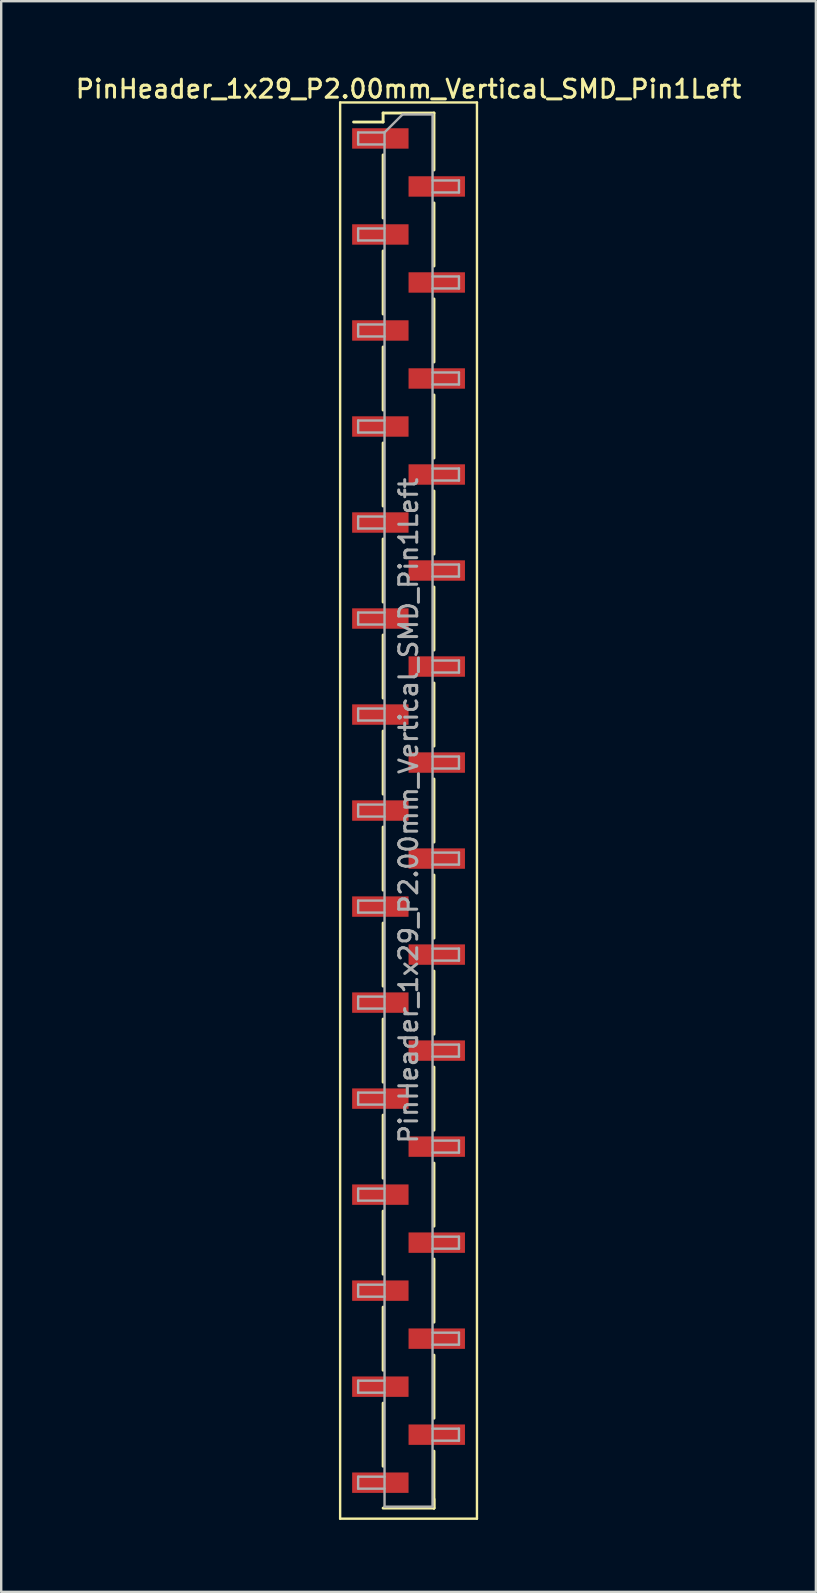
<source format=kicad_pcb>
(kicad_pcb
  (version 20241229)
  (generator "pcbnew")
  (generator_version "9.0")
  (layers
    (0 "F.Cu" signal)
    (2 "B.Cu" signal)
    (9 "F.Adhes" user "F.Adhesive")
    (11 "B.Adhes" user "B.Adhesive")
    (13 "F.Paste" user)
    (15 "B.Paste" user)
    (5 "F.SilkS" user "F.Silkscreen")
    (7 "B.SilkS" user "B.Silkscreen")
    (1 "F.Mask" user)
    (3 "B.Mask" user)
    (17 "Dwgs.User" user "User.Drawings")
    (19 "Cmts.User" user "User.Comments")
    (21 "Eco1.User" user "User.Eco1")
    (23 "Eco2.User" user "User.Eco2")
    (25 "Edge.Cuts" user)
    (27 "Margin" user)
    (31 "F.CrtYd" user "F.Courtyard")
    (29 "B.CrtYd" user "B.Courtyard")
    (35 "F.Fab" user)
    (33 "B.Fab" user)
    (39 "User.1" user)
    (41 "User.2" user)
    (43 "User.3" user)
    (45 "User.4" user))
  (footprint "PinHeader_1x29_P2.00mm_Vertical_SMD_Pin1Left"
    (layer "F.Cu")
    (at 13.97 30.718)
    (property "Reference" "PinHeader_1x29_P2.00mm_Vertical_SMD_Pin1Left" (at 0 -30.06 0) (layer "F.SilkS") (effects (font (size 0.75 0.75) (thickness 0.125))))
    (attr smd)
    (fp_line (start -2.85 -29.5) (end -2.85 29.5) (stroke (width 0.1) (type solid)) (layer "F.SilkS"))
    (fp_line (start -2.85 29.5) (end 2.85 29.5) (stroke (width 0.1) (type solid)) (layer "F.SilkS"))
    (fp_line (start -1.06 -29.06) (end -1.06 -28.685) (stroke (width 0.12) (type solid)) (layer "F.SilkS"))
    (fp_line (start -1.06 -29.06) (end 1.06 -29.06) (stroke (width 0.12) (type solid)) (layer "F.SilkS"))
    (fp_line (start -1.06 -28.685) (end -2.29 -28.685) (stroke (width 0.12) (type solid)) (layer "F.SilkS"))
    (fp_line (start -1.06 -27.315) (end -1.06 -24.685) (stroke (width 0.12) (type solid)) (layer "F.SilkS"))
    (fp_line (start -1.06 -23.315) (end -1.06 -20.685) (stroke (width 0.12) (type solid)) (layer "F.SilkS"))
    (fp_line (start -1.06 -19.315) (end -1.06 -16.685) (stroke (width 0.12) (type solid)) (layer "F.SilkS"))
    (fp_line (start -1.06 -15.315) (end -1.06 -12.685) (stroke (width 0.12) (type solid)) (layer "F.SilkS"))
    (fp_line (start -1.06 -11.315) (end -1.06 -8.685) (stroke (width 0.12) (type solid)) (layer "F.SilkS"))
    (fp_line (start -1.06 -7.315) (end -1.06 -4.685) (stroke (width 0.12) (type solid)) (layer "F.SilkS"))
    (fp_line (start -1.06 -3.315) (end -1.06 -0.685) (stroke (width 0.12) (type solid)) (layer "F.SilkS"))
    (fp_line (start -1.06 0.685) (end -1.06 3.315) (stroke (width 0.12) (type solid)) (layer "F.SilkS"))
    (fp_line (start -1.06 4.685) (end -1.06 7.315) (stroke (width 0.12) (type solid)) (layer "F.SilkS"))
    (fp_line (start -1.06 8.685) (end -1.06 11.315) (stroke (width 0.12) (type solid)) (layer "F.SilkS"))
    (fp_line (start -1.06 12.685) (end -1.06 15.315) (stroke (width 0.12) (type solid)) (layer "F.SilkS"))
    (fp_line (start -1.06 16.685) (end -1.06 19.315) (stroke (width 0.12) (type solid)) (layer "F.SilkS"))
    (fp_line (start -1.06 20.685) (end -1.06 23.315) (stroke (width 0.12) (type solid)) (layer "F.SilkS"))
    (fp_line (start -1.06 24.685) (end -1.06 27.315) (stroke (width 0.12) (type solid)) (layer "F.SilkS"))
    (fp_line (start -1.06 29.06) (end 1.06 29.06) (stroke (width 0.12) (type solid)) (layer "F.SilkS"))
    (fp_line (start 1.06 -29.06) (end 1.06 -26.685) (stroke (width 0.12) (type solid)) (layer "F.SilkS"))
    (fp_line (start 1.06 -25.315) (end 1.06 -22.685) (stroke (width 0.12) (type solid)) (layer "F.SilkS"))
    (fp_line (start 1.06 -21.315) (end 1.06 -18.685) (stroke (width 0.12) (type solid)) (layer "F.SilkS"))
    (fp_line (start 1.06 -17.315) (end 1.06 -14.685) (stroke (width 0.12) (type solid)) (layer "F.SilkS"))
    (fp_line (start 1.06 -13.315) (end 1.06 -10.685) (stroke (width 0.12) (type solid)) (layer "F.SilkS"))
    (fp_line (start 1.06 -9.315) (end 1.06 -6.685) (stroke (width 0.12) (type solid)) (layer "F.SilkS"))
    (fp_line (start 1.06 -5.315) (end 1.06 -2.685) (stroke (width 0.12) (type solid)) (layer "F.SilkS"))
    (fp_line (start 1.06 -1.315) (end 1.06 1.315) (stroke (width 0.12) (type solid)) (layer "F.SilkS"))
    (fp_line (start 1.06 2.685) (end 1.06 5.315) (stroke (width 0.12) (type solid)) (layer "F.SilkS"))
    (fp_line (start 1.06 6.685) (end 1.06 9.315) (stroke (width 0.12) (type solid)) (layer "F.SilkS"))
    (fp_line (start 1.06 10.685) (end 1.06 13.315) (stroke (width 0.12) (type solid)) (layer "F.SilkS"))
    (fp_line (start 1.06 14.685) (end 1.06 17.315) (stroke (width 0.12) (type solid)) (layer "F.SilkS"))
    (fp_line (start 1.06 18.685) (end 1.06 21.315) (stroke (width 0.12) (type solid)) (layer "F.SilkS"))
    (fp_line (start 1.06 22.685) (end 1.06 25.315) (stroke (width 0.12) (type solid)) (layer "F.SilkS"))
    (fp_line (start 1.06 26.685) (end 1.06 29.06) (stroke (width 0.12) (type solid)) (layer "F.SilkS"))
    (fp_line (start 1.06 28.685) (end 1.06 29.06) (stroke (width 0.12) (type solid)) (layer "F.SilkS"))
    (fp_line (start 2.85 -29.5) (end -2.85 -29.5) (stroke (width 0.1) (type solid)) (layer "F.SilkS"))
    (fp_line (start 2.85 29.5) (end 2.85 -29.5) (stroke (width 0.1) (type solid)) (layer "F.SilkS"))
    (fp_line (start -2.1 -28.25) (end -2.1 -27.75) (stroke (width 0.1) (type solid)) (layer "F.Fab"))
    (fp_line (start -2.1 -27.75) (end -1 -27.75) (stroke (width 0.1) (type solid)) (layer "F.Fab"))
    (fp_line (start -2.1 -24.25) (end -2.1 -23.75) (stroke (width 0.1) (type solid)) (layer "F.Fab"))
    (fp_line (start -2.1 -23.75) (end -1 -23.75) (stroke (width 0.1) (type solid)) (layer "F.Fab"))
    (fp_line (start -2.1 -20.25) (end -2.1 -19.75) (stroke (width 0.1) (type solid)) (layer "F.Fab"))
    (fp_line (start -2.1 -19.75) (end -1 -19.75) (stroke (width 0.1) (type solid)) (layer "F.Fab"))
    (fp_line (start -2.1 -16.25) (end -2.1 -15.75) (stroke (width 0.1) (type solid)) (layer "F.Fab"))
    (fp_line (start -2.1 -15.75) (end -1 -15.75) (stroke (width 0.1) (type solid)) (layer "F.Fab"))
    (fp_line (start -2.1 -12.25) (end -2.1 -11.75) (stroke (width 0.1) (type solid)) (layer "F.Fab"))
    (fp_line (start -2.1 -11.75) (end -1 -11.75) (stroke (width 0.1) (type solid)) (layer "F.Fab"))
    (fp_line (start -2.1 -8.25) (end -2.1 -7.75) (stroke (width 0.1) (type solid)) (layer "F.Fab"))
    (fp_line (start -2.1 -7.75) (end -1 -7.75) (stroke (width 0.1) (type solid)) (layer "F.Fab"))
    (fp_line (start -2.1 -4.25) (end -2.1 -3.75) (stroke (width 0.1) (type solid)) (layer "F.Fab"))
    (fp_line (start -2.1 -3.75) (end -1 -3.75) (stroke (width 0.1) (type solid)) (layer "F.Fab"))
    (fp_line (start -2.1 -0.25) (end -2.1 0.25) (stroke (width 0.1) (type solid)) (layer "F.Fab"))
    (fp_line (start -2.1 0.25) (end -1 0.25) (stroke (width 0.1) (type solid)) (layer "F.Fab"))
    (fp_line (start -2.1 3.75) (end -2.1 4.25) (stroke (width 0.1) (type solid)) (layer "F.Fab"))
    (fp_line (start -2.1 4.25) (end -1 4.25) (stroke (width 0.1) (type solid)) (layer "F.Fab"))
    (fp_line (start -2.1 7.75) (end -2.1 8.25) (stroke (width 0.1) (type solid)) (layer "F.Fab"))
    (fp_line (start -2.1 8.25) (end -1 8.25) (stroke (width 0.1) (type solid)) (layer "F.Fab"))
    (fp_line (start -2.1 11.75) (end -2.1 12.25) (stroke (width 0.1) (type solid)) (layer "F.Fab"))
    (fp_line (start -2.1 12.25) (end -1 12.25) (stroke (width 0.1) (type solid)) (layer "F.Fab"))
    (fp_line (start -2.1 15.75) (end -2.1 16.25) (stroke (width 0.1) (type solid)) (layer "F.Fab"))
    (fp_line (start -2.1 16.25) (end -1 16.25) (stroke (width 0.1) (type solid)) (layer "F.Fab"))
    (fp_line (start -2.1 19.75) (end -2.1 20.25) (stroke (width 0.1) (type solid)) (layer "F.Fab"))
    (fp_line (start -2.1 20.25) (end -1 20.25) (stroke (width 0.1) (type solid)) (layer "F.Fab"))
    (fp_line (start -2.1 23.75) (end -2.1 24.25) (stroke (width 0.1) (type solid)) (layer "F.Fab"))
    (fp_line (start -2.1 24.25) (end -1 24.25) (stroke (width 0.1) (type solid)) (layer "F.Fab"))
    (fp_line (start -2.1 27.75) (end -2.1 28.25) (stroke (width 0.1) (type solid)) (layer "F.Fab"))
    (fp_line (start -2.1 28.25) (end -1 28.25) (stroke (width 0.1) (type solid)) (layer "F.Fab"))
    (fp_line (start -1 -28.25) (end -2.1 -28.25) (stroke (width 0.1) (type solid)) (layer "F.Fab"))
    (fp_line (start -1 -28.25) (end -0.25 -29) (stroke (width 0.1) (type solid)) (layer "F.Fab"))
    (fp_line (start -1 -24.25) (end -2.1 -24.25) (stroke (width 0.1) (type solid)) (layer "F.Fab"))
    (fp_line (start -1 -20.25) (end -2.1 -20.25) (stroke (width 0.1) (type solid)) (layer "F.Fab"))
    (fp_line (start -1 -16.25) (end -2.1 -16.25) (stroke (width 0.1) (type solid)) (layer "F.Fab"))
    (fp_line (start -1 -12.25) (end -2.1 -12.25) (stroke (width 0.1) (type solid)) (layer "F.Fab"))
    (fp_line (start -1 -8.25) (end -2.1 -8.25) (stroke (width 0.1) (type solid)) (layer "F.Fab"))
    (fp_line (start -1 -4.25) (end -2.1 -4.25) (stroke (width 0.1) (type solid)) (layer "F.Fab"))
    (fp_line (start -1 -0.25) (end -2.1 -0.25) (stroke (width 0.1) (type solid)) (layer "F.Fab"))
    (fp_line (start -1 3.75) (end -2.1 3.75) (stroke (width 0.1) (type solid)) (layer "F.Fab"))
    (fp_line (start -1 7.75) (end -2.1 7.75) (stroke (width 0.1) (type solid)) (layer "F.Fab"))
    (fp_line (start -1 11.75) (end -2.1 11.75) (stroke (width 0.1) (type solid)) (layer "F.Fab"))
    (fp_line (start -1 15.75) (end -2.1 15.75) (stroke (width 0.1) (type solid)) (layer "F.Fab"))
    (fp_line (start -1 19.75) (end -2.1 19.75) (stroke (width 0.1) (type solid)) (layer "F.Fab"))
    (fp_line (start -1 23.75) (end -2.1 23.75) (stroke (width 0.1) (type solid)) (layer "F.Fab"))
    (fp_line (start -1 27.75) (end -2.1 27.75) (stroke (width 0.1) (type solid)) (layer "F.Fab"))
    (fp_line (start -1 29) (end -1 -28.25) (stroke (width 0.1) (type solid)) (layer "F.Fab"))
    (fp_line (start -0.25 -29) (end 1 -29) (stroke (width 0.1) (type solid)) (layer "F.Fab"))
    (fp_line (start 1 -29) (end 1 29) (stroke (width 0.1) (type solid)) (layer "F.Fab"))
    (fp_line (start 1 -26.25) (end 2.1 -26.25) (stroke (width 0.1) (type solid)) (layer "F.Fab"))
    (fp_line (start 1 -22.25) (end 2.1 -22.25) (stroke (width 0.1) (type solid)) (layer "F.Fab"))
    (fp_line (start 1 -18.25) (end 2.1 -18.25) (stroke (width 0.1) (type solid)) (layer "F.Fab"))
    (fp_line (start 1 -14.25) (end 2.1 -14.25) (stroke (width 0.1) (type solid)) (layer "F.Fab"))
    (fp_line (start 1 -10.25) (end 2.1 -10.25) (stroke (width 0.1) (type solid)) (layer "F.Fab"))
    (fp_line (start 1 -6.25) (end 2.1 -6.25) (stroke (width 0.1) (type solid)) (layer "F.Fab"))
    (fp_line (start 1 -2.25) (end 2.1 -2.25) (stroke (width 0.1) (type solid)) (layer "F.Fab"))
    (fp_line (start 1 1.75) (end 2.1 1.75) (stroke (width 0.1) (type solid)) (layer "F.Fab"))
    (fp_line (start 1 5.75) (end 2.1 5.75) (stroke (width 0.1) (type solid)) (layer "F.Fab"))
    (fp_line (start 1 9.75) (end 2.1 9.75) (stroke (width 0.1) (type solid)) (layer "F.Fab"))
    (fp_line (start 1 13.75) (end 2.1 13.75) (stroke (width 0.1) (type solid)) (layer "F.Fab"))
    (fp_line (start 1 17.75) (end 2.1 17.75) (stroke (width 0.1) (type solid)) (layer "F.Fab"))
    (fp_line (start 1 21.75) (end 2.1 21.75) (stroke (width 0.1) (type solid)) (layer "F.Fab"))
    (fp_line (start 1 25.75) (end 2.1 25.75) (stroke (width 0.1) (type solid)) (layer "F.Fab"))
    (fp_line (start 1 29) (end -1 29) (stroke (width 0.1) (type solid)) (layer "F.Fab"))
    (fp_line (start 2.1 -26.25) (end 2.1 -25.75) (stroke (width 0.1) (type solid)) (layer "F.Fab"))
    (fp_line (start 2.1 -25.75) (end 1 -25.75) (stroke (width 0.1) (type solid)) (layer "F.Fab"))
    (fp_line (start 2.1 -22.25) (end 2.1 -21.75) (stroke (width 0.1) (type solid)) (layer "F.Fab"))
    (fp_line (start 2.1 -21.75) (end 1 -21.75) (stroke (width 0.1) (type solid)) (layer "F.Fab"))
    (fp_line (start 2.1 -18.25) (end 2.1 -17.75) (stroke (width 0.1) (type solid)) (layer "F.Fab"))
    (fp_line (start 2.1 -17.75) (end 1 -17.75) (stroke (width 0.1) (type solid)) (layer "F.Fab"))
    (fp_line (start 2.1 -14.25) (end 2.1 -13.75) (stroke (width 0.1) (type solid)) (layer "F.Fab"))
    (fp_line (start 2.1 -13.75) (end 1 -13.75) (stroke (width 0.1) (type solid)) (layer "F.Fab"))
    (fp_line (start 2.1 -10.25) (end 2.1 -9.75) (stroke (width 0.1) (type solid)) (layer "F.Fab"))
    (fp_line (start 2.1 -9.75) (end 1 -9.75) (stroke (width 0.1) (type solid)) (layer "F.Fab"))
    (fp_line (start 2.1 -6.25) (end 2.1 -5.75) (stroke (width 0.1) (type solid)) (layer "F.Fab"))
    (fp_line (start 2.1 -5.75) (end 1 -5.75) (stroke (width 0.1) (type solid)) (layer "F.Fab"))
    (fp_line (start 2.1 -2.25) (end 2.1 -1.75) (stroke (width 0.1) (type solid)) (layer "F.Fab"))
    (fp_line (start 2.1 -1.75) (end 1 -1.75) (stroke (width 0.1) (type solid)) (layer "F.Fab"))
    (fp_line (start 2.1 1.75) (end 2.1 2.25) (stroke (width 0.1) (type solid)) (layer "F.Fab"))
    (fp_line (start 2.1 2.25) (end 1 2.25) (stroke (width 0.1) (type solid)) (layer "F.Fab"))
    (fp_line (start 2.1 5.75) (end 2.1 6.25) (stroke (width 0.1) (type solid)) (layer "F.Fab"))
    (fp_line (start 2.1 6.25) (end 1 6.25) (stroke (width 0.1) (type solid)) (layer "F.Fab"))
    (fp_line (start 2.1 9.75) (end 2.1 10.25) (stroke (width 0.1) (type solid)) (layer "F.Fab"))
    (fp_line (start 2.1 10.25) (end 1 10.25) (stroke (width 0.1) (type solid)) (layer "F.Fab"))
    (fp_line (start 2.1 13.75) (end 2.1 14.25) (stroke (width 0.1) (type solid)) (layer "F.Fab"))
    (fp_line (start 2.1 14.25) (end 1 14.25) (stroke (width 0.1) (type solid)) (layer "F.Fab"))
    (fp_line (start 2.1 17.75) (end 2.1 18.25) (stroke (width 0.1) (type solid)) (layer "F.Fab"))
    (fp_line (start 2.1 18.25) (end 1 18.25) (stroke (width 0.1) (type solid)) (layer "F.Fab"))
    (fp_line (start 2.1 21.75) (end 2.1 22.25) (stroke (width 0.1) (type solid)) (layer "F.Fab"))
    (fp_line (start 2.1 22.25) (end 1 22.25) (stroke (width 0.1) (type solid)) (layer "F.Fab"))
    (fp_line (start 2.1 25.75) (end 2.1 26.25) (stroke (width 0.1) (type solid)) (layer "F.Fab"))
    (fp_line (start 2.1 26.25) (end 1 26.25) (stroke (width 0.1) (type solid)) (layer "F.Fab"))
    (fp_text user "${REFERENCE}" (at 0 0 90) (layer "F.Fab") (effects (font (size 0.75 0.75) (thickness 0.125))))
    (pad "1" smd rect (at -1.175 -28) (size 2.35 0.85) (layers "F.Cu" "F.Mask" "F.Paste"))
    (pad "2" smd rect (at 1.175 -26) (size 2.35 0.85) (layers "F.Cu" "F.Mask" "F.Paste"))
    (pad "3" smd rect (at -1.175 -24) (size 2.35 0.85) (layers "F.Cu" "F.Mask" "F.Paste"))
    (pad "4" smd rect (at 1.175 -22) (size 2.35 0.85) (layers "F.Cu" "F.Mask" "F.Paste"))
    (pad "5" smd rect (at -1.175 -20) (size 2.35 0.85) (layers "F.Cu" "F.Mask" "F.Paste"))
    (pad "6" smd rect (at 1.175 -18) (size 2.35 0.85) (layers "F.Cu" "F.Mask" "F.Paste"))
    (pad "7" smd rect (at -1.175 -16) (size 2.35 0.85) (layers "F.Cu" "F.Mask" "F.Paste"))
    (pad "8" smd rect (at 1.175 -14) (size 2.35 0.85) (layers "F.Cu" "F.Mask" "F.Paste"))
    (pad "9" smd rect (at -1.175 -12) (size 2.35 0.85) (layers "F.Cu" "F.Mask" "F.Paste"))
    (pad "10" smd rect (at 1.175 -10) (size 2.35 0.85) (layers "F.Cu" "F.Mask" "F.Paste"))
    (pad "11" smd rect (at -1.175 -8) (size 2.35 0.85) (layers "F.Cu" "F.Mask" "F.Paste"))
    (pad "12" smd rect (at 1.175 -6) (size 2.35 0.85) (layers "F.Cu" "F.Mask" "F.Paste"))
    (pad "13" smd rect (at -1.175 -4) (size 2.35 0.85) (layers "F.Cu" "F.Mask" "F.Paste"))
    (pad "14" smd rect (at 1.175 -2) (size 2.35 0.85) (layers "F.Cu" "F.Mask" "F.Paste"))
    (pad "15" smd rect (at -1.175 0) (size 2.35 0.85) (layers "F.Cu" "F.Mask" "F.Paste"))
    (pad "16" smd rect (at 1.175 2) (size 2.35 0.85) (layers "F.Cu" "F.Mask" "F.Paste"))
    (pad "17" smd rect (at -1.175 4) (size 2.35 0.85) (layers "F.Cu" "F.Mask" "F.Paste"))
    (pad "18" smd rect (at 1.175 6) (size 2.35 0.85) (layers "F.Cu" "F.Mask" "F.Paste"))
    (pad "19" smd rect (at -1.175 8) (size 2.35 0.85) (layers "F.Cu" "F.Mask" "F.Paste"))
    (pad "20" smd rect (at 1.175 10) (size 2.35 0.85) (layers "F.Cu" "F.Mask" "F.Paste"))
    (pad "21" smd rect (at -1.175 12) (size 2.35 0.85) (layers "F.Cu" "F.Mask" "F.Paste"))
    (pad "22" smd rect (at 1.175 14) (size 2.35 0.85) (layers "F.Cu" "F.Mask" "F.Paste"))
    (pad "23" smd rect (at -1.175 16) (size 2.35 0.85) (layers "F.Cu" "F.Mask" "F.Paste"))
    (pad "24" smd rect (at 1.175 18) (size 2.35 0.85) (layers "F.Cu" "F.Mask" "F.Paste"))
    (pad "25" smd rect (at -1.175 20) (size 2.35 0.85) (layers "F.Cu" "F.Mask" "F.Paste"))
    (pad "26" smd rect (at 1.175 22) (size 2.35 0.85) (layers "F.Cu" "F.Mask" "F.Paste"))
    (pad "27" smd rect (at -1.175 24) (size 2.35 0.85) (layers "F.Cu" "F.Mask" "F.Paste"))
    (pad "28" smd rect (at 1.175 26) (size 2.35 0.85) (layers "F.Cu" "F.Mask" "F.Paste"))
    (pad "29" smd rect (at -1.175 28) (size 2.35 0.85) (layers "F.Cu" "F.Mask" "F.Paste")))
  (gr_rect
    (start -3 -3)
    (end 30.939 63.268)
    (stroke (width 0.1) (type default))
    (fill no)
    (layer "Edge.Cuts")))
</source>
